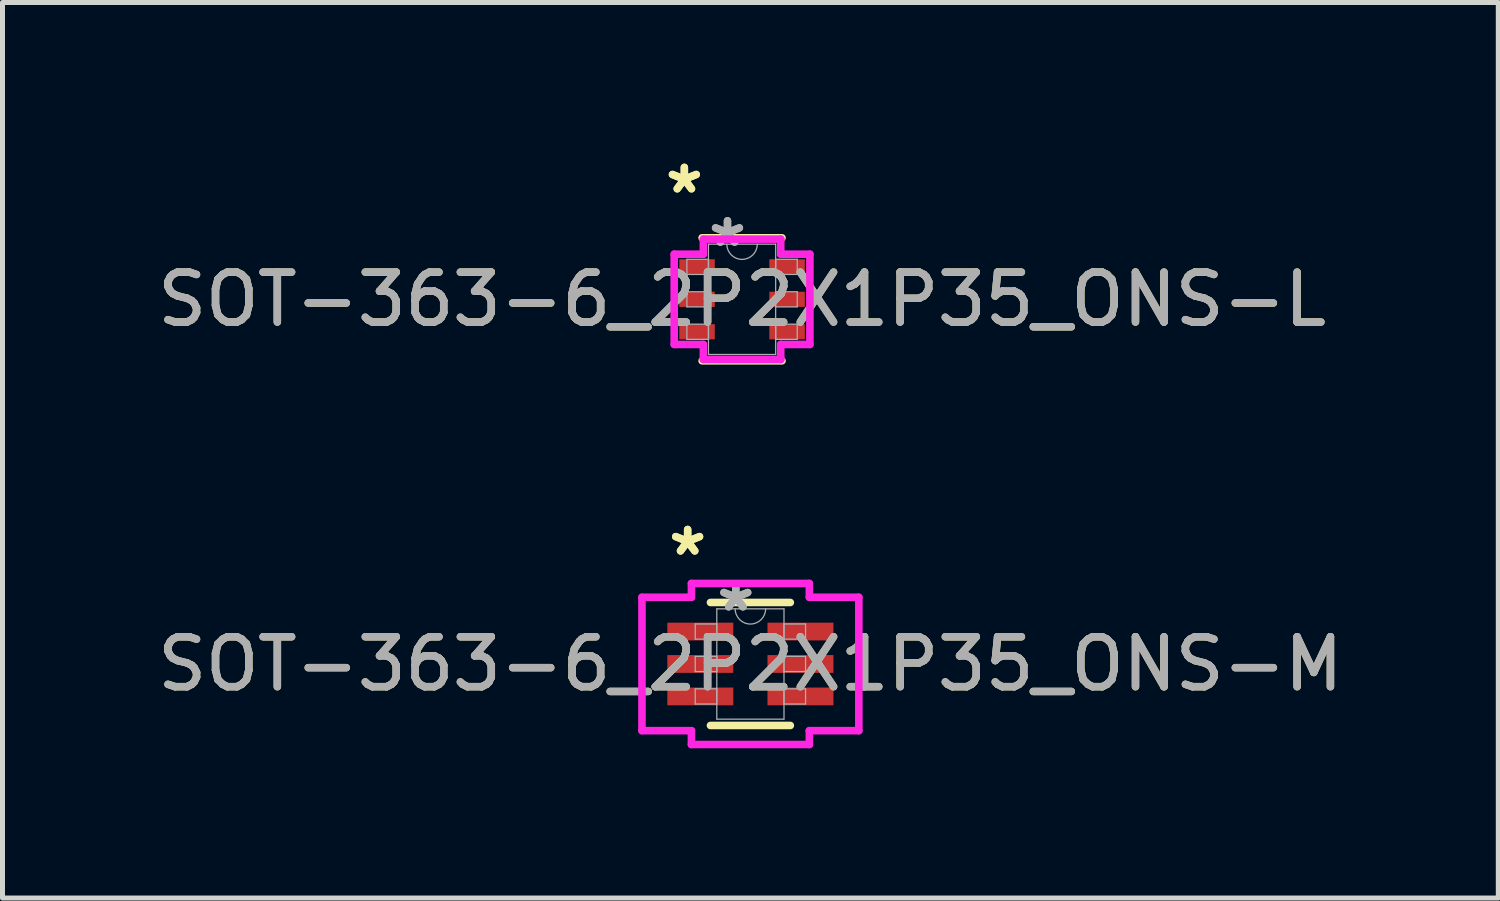
<source format=kicad_pcb>
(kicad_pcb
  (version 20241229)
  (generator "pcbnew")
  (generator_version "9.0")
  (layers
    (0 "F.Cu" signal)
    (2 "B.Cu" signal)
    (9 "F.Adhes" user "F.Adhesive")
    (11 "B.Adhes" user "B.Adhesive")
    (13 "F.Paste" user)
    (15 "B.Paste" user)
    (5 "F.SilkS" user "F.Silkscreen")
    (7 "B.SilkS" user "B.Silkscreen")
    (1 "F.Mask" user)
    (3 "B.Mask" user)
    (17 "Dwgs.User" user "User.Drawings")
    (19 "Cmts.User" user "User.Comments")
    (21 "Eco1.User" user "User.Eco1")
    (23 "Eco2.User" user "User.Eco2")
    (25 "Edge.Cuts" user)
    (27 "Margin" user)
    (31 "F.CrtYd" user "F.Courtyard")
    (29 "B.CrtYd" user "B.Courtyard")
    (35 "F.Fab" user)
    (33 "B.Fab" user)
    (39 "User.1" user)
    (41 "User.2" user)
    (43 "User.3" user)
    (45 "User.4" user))
  (footprint "SOT-363-6_2P2X1P35_ONS-L"
    (layer "F.Cu")
    (at 11.815 2.946)
    (property "Reference" "SOT-363-6_2P2X1P35_ONS-L" (at 0 0 0) (unlocked yes) (layer "F.SilkS") (effects (font (size 1 1) (thickness 0.15))))
    (attr smd)
    (fp_line (start -0.8 1.232) (end 0.8 1.232) (stroke (width 0.152) (type solid)) (layer "F.SilkS"))
    (fp_line (start 0.8 -1.232) (end -0.8 -1.232) (stroke (width 0.152) (type solid)) (layer "F.SilkS"))
    (fp_line (start -1.359 -0.904) (end -0.775 -0.904) (stroke (width 0.152) (type solid)) (layer "F.CrtYd"))
    (fp_line (start -1.359 0.904) (end -1.359 -0.904) (stroke (width 0.152) (type solid)) (layer "F.CrtYd"))
    (fp_line (start -1.359 0.904) (end -0.775 0.904) (stroke (width 0.152) (type solid)) (layer "F.CrtYd"))
    (fp_line (start -0.775 -1.206) (end 0.775 -1.206) (stroke (width 0.152) (type solid)) (layer "F.CrtYd"))
    (fp_line (start -0.775 -0.904) (end -0.775 -1.206) (stroke (width 0.152) (type solid)) (layer "F.CrtYd"))
    (fp_line (start -0.775 1.206) (end -0.775 0.904) (stroke (width 0.152) (type solid)) (layer "F.CrtYd"))
    (fp_line (start 0.775 -1.206) (end 0.775 -0.904) (stroke (width 0.152) (type solid)) (layer "F.CrtYd"))
    (fp_line (start 0.775 0.904) (end 0.775 1.206) (stroke (width 0.152) (type solid)) (layer "F.CrtYd"))
    (fp_line (start 0.775 1.206) (end -0.775 1.206) (stroke (width 0.152) (type solid)) (layer "F.CrtYd"))
    (fp_line (start 1.359 -0.904) (end 0.775 -0.904) (stroke (width 0.152) (type solid)) (layer "F.CrtYd"))
    (fp_line (start 1.359 -0.904) (end 1.359 0.904) (stroke (width 0.152) (type solid)) (layer "F.CrtYd"))
    (fp_line (start 1.359 0.904) (end 0.775 0.904) (stroke (width 0.152) (type solid)) (layer "F.CrtYd"))
    (fp_line (start -1.105 -0.802) (end -1.105 -0.498) (stroke (width 0.025) (type solid)) (layer "F.Fab"))
    (fp_line (start -1.105 -0.498) (end -0.673 -0.498) (stroke (width 0.025) (type solid)) (layer "F.Fab"))
    (fp_line (start -1.105 -0.152) (end -1.105 0.152) (stroke (width 0.025) (type solid)) (layer "F.Fab"))
    (fp_line (start -1.105 0.152) (end -0.673 0.152) (stroke (width 0.025) (type solid)) (layer "F.Fab"))
    (fp_line (start -1.105 0.498) (end -1.105 0.802) (stroke (width 0.025) (type solid)) (layer "F.Fab"))
    (fp_line (start -1.105 0.802) (end -0.673 0.802) (stroke (width 0.025) (type solid)) (layer "F.Fab"))
    (fp_line (start -0.673 -1.105) (end -0.673 1.105) (stroke (width 0.025) (type solid)) (layer "F.Fab"))
    (fp_line (start -0.673 -0.802) (end -1.105 -0.802) (stroke (width 0.025) (type solid)) (layer "F.Fab"))
    (fp_line (start -0.673 -0.498) (end -0.673 -0.802) (stroke (width 0.025) (type solid)) (layer "F.Fab"))
    (fp_line (start -0.673 -0.152) (end -1.105 -0.152) (stroke (width 0.025) (type solid)) (layer "F.Fab"))
    (fp_line (start -0.673 0.152) (end -0.673 -0.152) (stroke (width 0.025) (type solid)) (layer "F.Fab"))
    (fp_line (start -0.673 0.498) (end -1.105 0.498) (stroke (width 0.025) (type solid)) (layer "F.Fab"))
    (fp_line (start -0.673 0.802) (end -0.673 0.498) (stroke (width 0.025) (type solid)) (layer "F.Fab"))
    (fp_line (start -0.673 1.105) (end 0.673 1.105) (stroke (width 0.025) (type solid)) (layer "F.Fab"))
    (fp_line (start 0.673 -1.105) (end -0.673 -1.105) (stroke (width 0.025) (type solid)) (layer "F.Fab"))
    (fp_line (start 0.673 -0.802) (end 0.673 -0.498) (stroke (width 0.025) (type solid)) (layer "F.Fab"))
    (fp_line (start 0.673 -0.498) (end 1.105 -0.498) (stroke (width 0.025) (type solid)) (layer "F.Fab"))
    (fp_line (start 0.673 -0.152) (end 0.673 0.152) (stroke (width 0.025) (type solid)) (layer "F.Fab"))
    (fp_line (start 0.673 0.152) (end 1.105 0.152) (stroke (width 0.025) (type solid)) (layer "F.Fab"))
    (fp_line (start 0.673 0.498) (end 0.673 0.802) (stroke (width 0.025) (type solid)) (layer "F.Fab"))
    (fp_line (start 0.673 0.802) (end 1.105 0.802) (stroke (width 0.025) (type solid)) (layer "F.Fab"))
    (fp_line (start 0.673 1.105) (end 0.673 -1.105) (stroke (width 0.025) (type solid)) (layer "F.Fab"))
    (fp_line (start 1.105 -0.802) (end 0.673 -0.802) (stroke (width 0.025) (type solid)) (layer "F.Fab"))
    (fp_line (start 1.105 -0.498) (end 1.105 -0.802) (stroke (width 0.025) (type solid)) (layer "F.Fab"))
    (fp_line (start 1.105 -0.152) (end 0.673 -0.152) (stroke (width 0.025) (type solid)) (layer "F.Fab"))
    (fp_line (start 1.105 0.152) (end 1.105 -0.152) (stroke (width 0.025) (type solid)) (layer "F.Fab"))
    (fp_line (start 1.105 0.498) (end 0.673 0.498) (stroke (width 0.025) (type solid)) (layer "F.Fab"))
    (fp_line (start 1.105 0.802) (end 1.105 0.498) (stroke (width 0.025) (type solid)) (layer "F.Fab"))
    (fp_arc (start 0.3048 -1.1049) (mid 0 -0.8001) (end -0.3048 -1.1049) (stroke (width 0.0254) (type solid)) (layer "F.Fab"))
    (fp_text user "*" (at -1.156 -2.098 0) (layer "F.SilkS") (effects (font (size 1 1) (thickness 0.15))))
    (fp_text user "*" (at -1.156 -2.098 0) (unlocked yes) (layer "F.SilkS") (effects (font (size 1 1) (thickness 0.15))))
    (fp_text user "${REFERENCE}" (at 0 0 0) (unlocked yes) (layer "F.Fab") (effects (font (size 1 1) (thickness 0.15))))
    (fp_text user "*" (at -0.292 -1.029 0) (layer "F.Fab") (effects (font (size 1 1) (thickness 0.15))))
    (fp_text user "*" (at -0.292 -1.029 0) (unlocked yes) (layer "F.Fab") (effects (font (size 1 1) (thickness 0.15))))
    (pad "1" smd rect (at -0.902 -0.65) (size 0.711 0.305) (layers "F.Cu" "F.Mask" "F.Paste"))
    (pad "2" smd rect (at -0.902 0) (size 0.711 0.305) (layers "F.Cu" "F.Mask" "F.Paste"))
    (pad "3" smd rect (at -0.902 0.65) (size 0.711 0.305) (layers "F.Cu" "F.Mask" "F.Paste"))
    (pad "4" smd rect (at 0.902 0.65) (size 0.711 0.305) (layers "F.Cu" "F.Mask" "F.Paste"))
    (pad "5" smd rect (at 0.902 0) (size 0.711 0.305) (layers "F.Cu" "F.Mask" "F.Paste"))
    (pad "6" smd rect (at 0.902 -0.65) (size 0.711 0.305) (layers "F.Cu" "F.Mask" "F.Paste")))
  (footprint "SOT-363-6_2P2X1P35_ONS-M"
    (layer "F.Cu")
    (at 11.982 10.251)
    (property "Reference" "SOT-363-6_2P2X1P35_ONS-M" (at 0 0 0) (unlocked yes) (layer "F.SilkS") (effects (font (size 1 1) (thickness 0.15))))
    (attr smd)
    (fp_line (start -0.8 1.232) (end 0.8 1.232) (stroke (width 0.152) (type solid)) (layer "F.SilkS"))
    (fp_line (start 0.8 -1.232) (end -0.8 -1.232) (stroke (width 0.152) (type solid)) (layer "F.SilkS"))
    (fp_line (start -2.172 -1.336) (end -1.181 -1.336) (stroke (width 0.152) (type solid)) (layer "F.CrtYd"))
    (fp_line (start -2.172 1.336) (end -2.172 -1.336) (stroke (width 0.152) (type solid)) (layer "F.CrtYd"))
    (fp_line (start -2.172 1.336) (end -1.181 1.336) (stroke (width 0.152) (type solid)) (layer "F.CrtYd"))
    (fp_line (start -1.181 -1.613) (end 1.181 -1.613) (stroke (width 0.152) (type solid)) (layer "F.CrtYd"))
    (fp_line (start -1.181 -1.336) (end -1.181 -1.613) (stroke (width 0.152) (type solid)) (layer "F.CrtYd"))
    (fp_line (start -1.181 1.613) (end -1.181 1.336) (stroke (width 0.152) (type solid)) (layer "F.CrtYd"))
    (fp_line (start 1.181 -1.613) (end 1.181 -1.336) (stroke (width 0.152) (type solid)) (layer "F.CrtYd"))
    (fp_line (start 1.181 1.336) (end 1.181 1.613) (stroke (width 0.152) (type solid)) (layer "F.CrtYd"))
    (fp_line (start 1.181 1.613) (end -1.181 1.613) (stroke (width 0.152) (type solid)) (layer "F.CrtYd"))
    (fp_line (start 2.172 -1.336) (end 1.181 -1.336) (stroke (width 0.152) (type solid)) (layer "F.CrtYd"))
    (fp_line (start 2.172 -1.336) (end 2.172 1.336) (stroke (width 0.152) (type solid)) (layer "F.CrtYd"))
    (fp_line (start 2.172 1.336) (end 1.181 1.336) (stroke (width 0.152) (type solid)) (layer "F.CrtYd"))
    (fp_line (start -1.105 -0.802) (end -1.105 -0.498) (stroke (width 0.025) (type solid)) (layer "F.Fab"))
    (fp_line (start -1.105 -0.498) (end -0.673 -0.498) (stroke (width 0.025) (type solid)) (layer "F.Fab"))
    (fp_line (start -1.105 -0.152) (end -1.105 0.152) (stroke (width 0.025) (type solid)) (layer "F.Fab"))
    (fp_line (start -1.105 0.152) (end -0.673 0.152) (stroke (width 0.025) (type solid)) (layer "F.Fab"))
    (fp_line (start -1.105 0.498) (end -1.105 0.802) (stroke (width 0.025) (type solid)) (layer "F.Fab"))
    (fp_line (start -1.105 0.802) (end -0.673 0.802) (stroke (width 0.025) (type solid)) (layer "F.Fab"))
    (fp_line (start -0.673 -1.105) (end -0.673 1.105) (stroke (width 0.025) (type solid)) (layer "F.Fab"))
    (fp_line (start -0.673 -0.802) (end -1.105 -0.802) (stroke (width 0.025) (type solid)) (layer "F.Fab"))
    (fp_line (start -0.673 -0.498) (end -0.673 -0.802) (stroke (width 0.025) (type solid)) (layer "F.Fab"))
    (fp_line (start -0.673 -0.152) (end -1.105 -0.152) (stroke (width 0.025) (type solid)) (layer "F.Fab"))
    (fp_line (start -0.673 0.152) (end -0.673 -0.152) (stroke (width 0.025) (type solid)) (layer "F.Fab"))
    (fp_line (start -0.673 0.498) (end -1.105 0.498) (stroke (width 0.025) (type solid)) (layer "F.Fab"))
    (fp_line (start -0.673 0.802) (end -0.673 0.498) (stroke (width 0.025) (type solid)) (layer "F.Fab"))
    (fp_line (start -0.673 1.105) (end 0.673 1.105) (stroke (width 0.025) (type solid)) (layer "F.Fab"))
    (fp_line (start 0.673 -1.105) (end -0.673 -1.105) (stroke (width 0.025) (type solid)) (layer "F.Fab"))
    (fp_line (start 0.673 -0.802) (end 0.673 -0.498) (stroke (width 0.025) (type solid)) (layer "F.Fab"))
    (fp_line (start 0.673 -0.498) (end 1.105 -0.498) (stroke (width 0.025) (type solid)) (layer "F.Fab"))
    (fp_line (start 0.673 -0.152) (end 0.673 0.152) (stroke (width 0.025) (type solid)) (layer "F.Fab"))
    (fp_line (start 0.673 0.152) (end 1.105 0.152) (stroke (width 0.025) (type solid)) (layer "F.Fab"))
    (fp_line (start 0.673 0.498) (end 0.673 0.802) (stroke (width 0.025) (type solid)) (layer "F.Fab"))
    (fp_line (start 0.673 0.802) (end 1.105 0.802) (stroke (width 0.025) (type solid)) (layer "F.Fab"))
    (fp_line (start 0.673 1.105) (end 0.673 -1.105) (stroke (width 0.025) (type solid)) (layer "F.Fab"))
    (fp_line (start 1.105 -0.802) (end 0.673 -0.802) (stroke (width 0.025) (type solid)) (layer "F.Fab"))
    (fp_line (start 1.105 -0.498) (end 1.105 -0.802) (stroke (width 0.025) (type solid)) (layer "F.Fab"))
    (fp_line (start 1.105 -0.152) (end 0.673 -0.152) (stroke (width 0.025) (type solid)) (layer "F.Fab"))
    (fp_line (start 1.105 0.152) (end 1.105 -0.152) (stroke (width 0.025) (type solid)) (layer "F.Fab"))
    (fp_line (start 1.105 0.498) (end 0.673 0.498) (stroke (width 0.025) (type solid)) (layer "F.Fab"))
    (fp_line (start 1.105 0.802) (end 1.105 0.498) (stroke (width 0.025) (type solid)) (layer "F.Fab"))
    (fp_arc (start 0.3048 -1.1049) (mid 0 -0.8001) (end -0.3048 -1.1049) (stroke (width 0.0254) (type solid)) (layer "F.Fab"))
    (fp_text user "*" (at -1.257 -2.149 0) (layer "F.SilkS") (effects (font (size 1 1) (thickness 0.15))))
    (fp_text user "*" (at -1.257 -2.149 0) (unlocked yes) (layer "F.SilkS") (effects (font (size 1 1) (thickness 0.15))))
    (fp_text user "${REFERENCE}" (at 0 0 0) (unlocked yes) (layer "F.Fab") (effects (font (size 1 1) (thickness 0.15))))
    (fp_text user "*" (at -0.292 -1.029 0) (layer "F.Fab") (effects (font (size 1 1) (thickness 0.15))))
    (fp_text user "*" (at -0.292 -1.029 0) (unlocked yes) (layer "F.Fab") (effects (font (size 1 1) (thickness 0.15))))
    (pad "1" smd rect (at -1.003 -0.65) (size 1.321 0.356) (layers "F.Cu" "F.Mask" "F.Paste"))
    (pad "2" smd rect (at -1.003 0) (size 1.321 0.356) (layers "F.Cu" "F.Mask" "F.Paste"))
    (pad "3" smd rect (at -1.003 0.65) (size 1.321 0.356) (layers "F.Cu" "F.Mask" "F.Paste"))
    (pad "4" smd rect (at 1.003 0.65) (size 1.321 0.356) (layers "F.Cu" "F.Mask" "F.Paste"))
    (pad "5" smd rect (at 1.003 0) (size 1.321 0.356) (layers "F.Cu" "F.Mask" "F.Paste"))
    (pad "6" smd rect (at 1.003 -0.65) (size 1.321 0.356) (layers "F.Cu" "F.Mask" "F.Paste")))
  (gr_rect
    (start -3 -3)
    (end 26.964 14.94)
    (stroke (width 0.1) (type default))
    (fill no)
    (layer "Edge.Cuts")))
</source>
